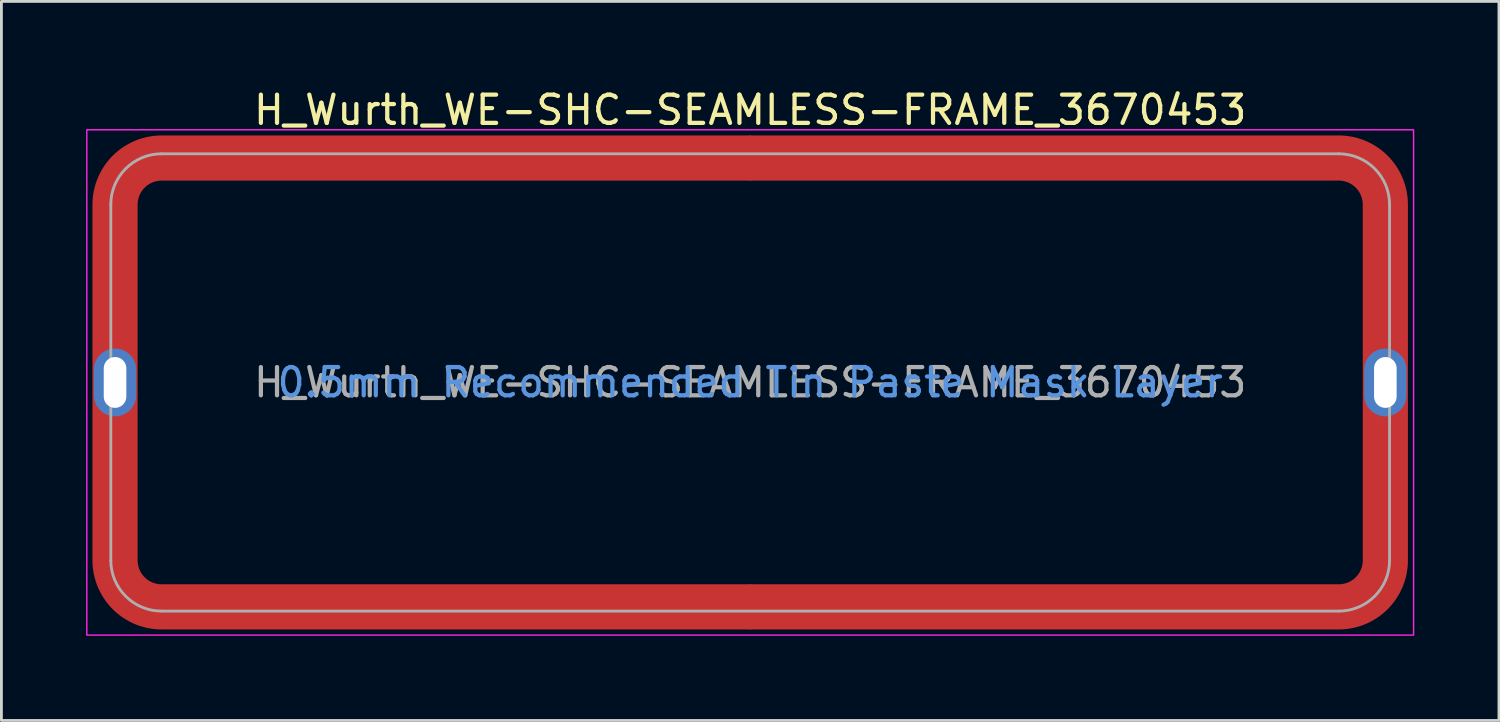
<source format=kicad_pcb>
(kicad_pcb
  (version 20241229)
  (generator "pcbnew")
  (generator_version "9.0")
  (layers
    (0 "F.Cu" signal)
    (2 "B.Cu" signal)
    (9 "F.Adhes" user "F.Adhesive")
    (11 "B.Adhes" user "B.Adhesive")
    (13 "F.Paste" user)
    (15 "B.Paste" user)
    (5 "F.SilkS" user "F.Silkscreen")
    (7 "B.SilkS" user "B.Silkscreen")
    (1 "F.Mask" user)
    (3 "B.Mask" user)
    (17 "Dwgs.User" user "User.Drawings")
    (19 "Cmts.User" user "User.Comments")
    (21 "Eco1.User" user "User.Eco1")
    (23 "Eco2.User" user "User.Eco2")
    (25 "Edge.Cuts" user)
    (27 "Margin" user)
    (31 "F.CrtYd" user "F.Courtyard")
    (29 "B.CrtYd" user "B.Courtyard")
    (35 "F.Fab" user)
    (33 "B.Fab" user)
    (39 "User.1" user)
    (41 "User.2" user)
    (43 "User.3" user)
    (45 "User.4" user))
  (footprint "H_Wurth_WE-SHC-SEAMLESS-FRAME_3670453"
    (layer "F.Cu")
    (at 23.525 10.498)
    (property "Reference" "H_Wurth_WE-SHC-SEAMLESS-FRAME_3670453" (at 0 -9.65 0) (unlocked yes) (layer "F.SilkS") (effects (font (size 1 1) (thickness 0.15))))
    (attr smd)
    (fp_poly (pts (xy -0.004 -7.2) (xy -0.004 -8.7) (xy 20.85 -8.7) (xy 20.976 -8.697) (xy 21.101 -8.687) (xy 21.225 -8.67) (xy 21.349 -8.648) (xy 21.471 -8.618) (xy 21.592 -8.583) (xy 21.71 -8.541) (xy 21.826 -8.493) (xy 21.94 -8.438) (xy 22.05 -8.378) (xy 22.157 -8.313) (xy 22.261 -8.242) (xy 22.36 -8.165) (xy 22.456 -8.084) (xy 22.547 -7.997) (xy 22.634 -7.906) (xy 22.715 -7.81) (xy 22.792 -7.711) (xy 22.863 -7.607) (xy 22.928 -7.5) (xy 22.988 -7.39) (xy 23.043 -7.276) (xy 23.091 -7.16) (xy 23.133 -7.042) (xy 23.168 -6.921) (xy 23.198 -6.799) (xy 23.22 -6.675) (xy 23.237 -6.551) (xy 23.247 -6.426) (xy 23.25 -6.3) (xy 23.25 6.3) (xy 23.247 6.426) (xy 23.237 6.551) (xy 23.22 6.675) (xy 23.198 6.799) (xy 23.168 6.921) (xy 23.133 7.042) (xy 23.091 7.16) (xy 23.043 7.276) (xy 22.988 7.39) (xy 22.928 7.5) (xy 22.863 7.607) (xy 22.792 7.711) (xy 22.715 7.81) (xy 22.634 7.906) (xy 22.547 7.997) (xy 22.456 8.084) (xy 22.36 8.165) (xy 22.261 8.242) (xy 22.157 8.313) (xy 22.05 8.378) (xy 21.94 8.438) (xy 21.826 8.493) (xy 21.71 8.541) (xy 21.592 8.583) (xy 21.471 8.618) (xy 21.349 8.648) (xy 21.225 8.67) (xy 21.101 8.687) (xy 20.976 8.697) (xy 20.85 8.7) (xy -0.004 8.7) (xy -0.004 7.2) (xy 20.85 7.2) (xy 20.897 7.199) (xy 20.944 7.195) (xy 20.991 7.189) (xy 21.037 7.18) (xy 21.083 7.169) (xy 21.128 7.156) (xy 21.173 7.14) (xy 21.216 7.122) (xy 21.259 7.102) (xy 21.3 7.079) (xy 21.34 7.055) (xy 21.379 7.028) (xy 21.416 6.999) (xy 21.452 6.969) (xy 21.486 6.936) (xy 21.519 6.902) (xy 21.549 6.866) (xy 21.578 6.829) (xy 21.605 6.79) (xy 21.629 6.75) (xy 21.652 6.709) (xy 21.672 6.666) (xy 21.69 6.623) (xy 21.706 6.578) (xy 21.719 6.533) (xy 21.73 6.487) (xy 21.739 6.441) (xy 21.745 6.394) (xy 21.749 6.347) (xy 21.75 6.3) (xy 21.75 -6.3) (xy 21.749 -6.347) (xy 21.745 -6.394) (xy 21.739 -6.441) (xy 21.73 -6.487) (xy 21.719 -6.533) (xy 21.706 -6.578) (xy 21.69 -6.623) (xy 21.672 -6.666) (xy 21.652 -6.709) (xy 21.629 -6.75) (xy 21.605 -6.79) (xy 21.578 -6.829) (xy 21.549 -6.866) (xy 21.519 -6.902) (xy 21.486 -6.936) (xy 21.452 -6.969) (xy 21.416 -6.999) (xy 21.379 -7.028) (xy 21.34 -7.055) (xy 21.3 -7.079) (xy 21.259 -7.102) (xy 21.216 -7.122) (xy 21.173 -7.14) (xy 21.128 -7.156) (xy 21.083 -7.169) (xy 21.037 -7.18) (xy 20.991 -7.189) (xy 20.944 -7.195) (xy 20.897 -7.199) (xy 20.85 -7.2) (xy 0.25 -7.2)) (stroke (width 0.1) (type solid)) (fill yes) (layer "F.Cu"))
    (fp_poly (pts (xy 0.004 7.2) (xy 0.004 8.7) (xy -20.85 8.7) (xy -20.976 8.697) (xy -21.101 8.687) (xy -21.225 8.67) (xy -21.349 8.648) (xy -21.471 8.618) (xy -21.592 8.583) (xy -21.71 8.541) (xy -21.826 8.493) (xy -21.94 8.438) (xy -22.05 8.378) (xy -22.157 8.313) (xy -22.261 8.242) (xy -22.36 8.165) (xy -22.456 8.084) (xy -22.547 7.997) (xy -22.634 7.906) (xy -22.715 7.81) (xy -22.792 7.711) (xy -22.863 7.607) (xy -22.928 7.5) (xy -22.988 7.39) (xy -23.043 7.276) (xy -23.091 7.16) (xy -23.133 7.042) (xy -23.168 6.921) (xy -23.198 6.799) (xy -23.22 6.675) (xy -23.237 6.551) (xy -23.247 6.426) (xy -23.25 6.3) (xy -23.25 -6.3) (xy -23.247 -6.426) (xy -23.237 -6.551) (xy -23.22 -6.675) (xy -23.198 -6.799) (xy -23.168 -6.921) (xy -23.133 -7.042) (xy -23.091 -7.16) (xy -23.043 -7.276) (xy -22.988 -7.39) (xy -22.928 -7.5) (xy -22.863 -7.607) (xy -22.792 -7.711) (xy -22.715 -7.81) (xy -22.634 -7.906) (xy -22.547 -7.997) (xy -22.456 -8.084) (xy -22.36 -8.165) (xy -22.261 -8.242) (xy -22.157 -8.313) (xy -22.05 -8.378) (xy -21.94 -8.438) (xy -21.826 -8.493) (xy -21.71 -8.541) (xy -21.592 -8.583) (xy -21.471 -8.618) (xy -21.349 -8.648) (xy -21.225 -8.67) (xy -21.101 -8.687) (xy -20.976 -8.697) (xy -20.85 -8.7) (xy 0.004 -8.7) (xy 0.004 -7.2) (xy -20.85 -7.2) (xy -20.897 -7.199) (xy -20.944 -7.195) (xy -20.991 -7.189) (xy -21.037 -7.18) (xy -21.083 -7.169) (xy -21.128 -7.156) (xy -21.173 -7.14) (xy -21.216 -7.122) (xy -21.259 -7.102) (xy -21.3 -7.079) (xy -21.34 -7.055) (xy -21.379 -7.028) (xy -21.416 -6.999) (xy -21.452 -6.969) (xy -21.486 -6.936) (xy -21.519 -6.902) (xy -21.549 -6.866) (xy -21.578 -6.829) (xy -21.605 -6.79) (xy -21.629 -6.75) (xy -21.652 -6.709) (xy -21.672 -6.666) (xy -21.69 -6.623) (xy -21.706 -6.578) (xy -21.719 -6.533) (xy -21.73 -6.487) (xy -21.739 -6.441) (xy -21.745 -6.394) (xy -21.749 -6.347) (xy -21.75 -6.3) (xy -21.75 6.3) (xy -21.749 6.347) (xy -21.745 6.394) (xy -21.739 6.441) (xy -21.73 6.487) (xy -21.719 6.533) (xy -21.706 6.578) (xy -21.69 6.623) (xy -21.672 6.666) (xy -21.652 6.709) (xy -21.629 6.75) (xy -21.605 6.79) (xy -21.578 6.829) (xy -21.549 6.866) (xy -21.519 6.902) (xy -21.486 6.936) (xy -21.452 6.969) (xy -21.416 6.999) (xy -21.379 7.028) (xy -21.34 7.055) (xy -21.3 7.079) (xy -21.259 7.102) (xy -21.216 7.122) (xy -21.173 7.14) (xy -21.128 7.156) (xy -21.083 7.169) (xy -21.037 7.18) (xy -20.991 7.189) (xy -20.944 7.195) (xy -20.897 7.199) (xy -20.85 7.2) (xy -0.25 7.2)) (stroke (width 0.1) (type solid)) (fill yes) (layer "F.Cu"))
    (fp_poly (pts (xy -0.004 -7.2) (xy -0.004 -8.7) (xy 20.85 -8.7) (xy 20.976 -8.697) (xy 21.101 -8.687) (xy 21.225 -8.67) (xy 21.349 -8.648) (xy 21.471 -8.618) (xy 21.592 -8.583) (xy 21.71 -8.541) (xy 21.826 -8.493) (xy 21.94 -8.438) (xy 22.05 -8.378) (xy 22.157 -8.313) (xy 22.261 -8.242) (xy 22.36 -8.165) (xy 22.456 -8.084) (xy 22.547 -7.997) (xy 22.634 -7.906) (xy 22.715 -7.81) (xy 22.792 -7.711) (xy 22.863 -7.607) (xy 22.928 -7.5) (xy 22.988 -7.39) (xy 23.043 -7.276) (xy 23.091 -7.16) (xy 23.133 -7.042) (xy 23.168 -6.921) (xy 23.198 -6.799) (xy 23.22 -6.675) (xy 23.237 -6.551) (xy 23.247 -6.426) (xy 23.25 -6.3) (xy 23.25 6.3) (xy 23.247 6.426) (xy 23.237 6.551) (xy 23.22 6.675) (xy 23.198 6.799) (xy 23.168 6.921) (xy 23.133 7.042) (xy 23.091 7.16) (xy 23.043 7.276) (xy 22.988 7.39) (xy 22.928 7.5) (xy 22.863 7.607) (xy 22.792 7.711) (xy 22.715 7.81) (xy 22.634 7.906) (xy 22.547 7.997) (xy 22.456 8.084) (xy 22.36 8.165) (xy 22.261 8.242) (xy 22.157 8.313) (xy 22.05 8.378) (xy 21.94 8.438) (xy 21.826 8.493) (xy 21.71 8.541) (xy 21.592 8.583) (xy 21.471 8.618) (xy 21.349 8.648) (xy 21.225 8.67) (xy 21.101 8.687) (xy 20.976 8.697) (xy 20.85 8.7) (xy -0.004 8.7) (xy -0.004 7.2) (xy 20.85 7.2) (xy 20.897 7.199) (xy 20.944 7.195) (xy 20.991 7.189) (xy 21.037 7.18) (xy 21.083 7.169) (xy 21.128 7.156) (xy 21.173 7.14) (xy 21.216 7.122) (xy 21.259 7.102) (xy 21.3 7.079) (xy 21.34 7.055) (xy 21.379 7.028) (xy 21.416 6.999) (xy 21.452 6.969) (xy 21.486 6.936) (xy 21.519 6.902) (xy 21.549 6.866) (xy 21.578 6.829) (xy 21.605 6.79) (xy 21.629 6.75) (xy 21.652 6.709) (xy 21.672 6.666) (xy 21.69 6.623) (xy 21.706 6.578) (xy 21.719 6.533) (xy 21.73 6.487) (xy 21.739 6.441) (xy 21.745 6.394) (xy 21.749 6.347) (xy 21.75 6.3) (xy 21.75 -6.3) (xy 21.749 -6.347) (xy 21.745 -6.394) (xy 21.739 -6.441) (xy 21.73 -6.487) (xy 21.719 -6.533) (xy 21.706 -6.578) (xy 21.69 -6.623) (xy 21.672 -6.666) (xy 21.652 -6.709) (xy 21.629 -6.75) (xy 21.605 -6.79) (xy 21.578 -6.829) (xy 21.549 -6.866) (xy 21.519 -6.902) (xy 21.486 -6.936) (xy 21.452 -6.969) (xy 21.416 -6.999) (xy 21.379 -7.028) (xy 21.34 -7.055) (xy 21.3 -7.079) (xy 21.259 -7.102) (xy 21.216 -7.122) (xy 21.173 -7.14) (xy 21.128 -7.156) (xy 21.083 -7.169) (xy 21.037 -7.18) (xy 20.991 -7.189) (xy 20.944 -7.195) (xy 20.897 -7.199) (xy 20.85 -7.2) (xy 0.25 -7.2)) (stroke (width 0.1) (type solid)) (fill yes) (layer "F.Mask"))
    (fp_poly (pts (xy 0.004 7.2) (xy 0.004 8.7) (xy -20.85 8.7) (xy -20.976 8.697) (xy -21.101 8.687) (xy -21.225 8.67) (xy -21.349 8.648) (xy -21.471 8.618) (xy -21.592 8.583) (xy -21.71 8.541) (xy -21.826 8.493) (xy -21.94 8.438) (xy -22.05 8.378) (xy -22.157 8.313) (xy -22.261 8.242) (xy -22.36 8.165) (xy -22.456 8.084) (xy -22.547 7.997) (xy -22.634 7.906) (xy -22.715 7.81) (xy -22.792 7.711) (xy -22.863 7.607) (xy -22.928 7.5) (xy -22.988 7.39) (xy -23.043 7.276) (xy -23.091 7.16) (xy -23.133 7.042) (xy -23.168 6.921) (xy -23.198 6.799) (xy -23.22 6.675) (xy -23.237 6.551) (xy -23.247 6.426) (xy -23.25 6.3) (xy -23.25 -6.3) (xy -23.247 -6.426) (xy -23.237 -6.551) (xy -23.22 -6.675) (xy -23.198 -6.799) (xy -23.168 -6.921) (xy -23.133 -7.042) (xy -23.091 -7.16) (xy -23.043 -7.276) (xy -22.988 -7.39) (xy -22.928 -7.5) (xy -22.863 -7.607) (xy -22.792 -7.711) (xy -22.715 -7.81) (xy -22.634 -7.906) (xy -22.547 -7.997) (xy -22.456 -8.084) (xy -22.36 -8.165) (xy -22.261 -8.242) (xy -22.157 -8.313) (xy -22.05 -8.378) (xy -21.94 -8.438) (xy -21.826 -8.493) (xy -21.71 -8.541) (xy -21.592 -8.583) (xy -21.471 -8.618) (xy -21.349 -8.648) (xy -21.225 -8.67) (xy -21.101 -8.687) (xy -20.976 -8.697) (xy -20.85 -8.7) (xy 0.004 -8.7) (xy 0.004 -7.2) (xy -20.85 -7.2) (xy -20.897 -7.199) (xy -20.944 -7.195) (xy -20.991 -7.189) (xy -21.037 -7.18) (xy -21.083 -7.169) (xy -21.128 -7.156) (xy -21.173 -7.14) (xy -21.216 -7.122) (xy -21.259 -7.102) (xy -21.3 -7.079) (xy -21.34 -7.055) (xy -21.379 -7.028) (xy -21.416 -6.999) (xy -21.452 -6.969) (xy -21.486 -6.936) (xy -21.519 -6.902) (xy -21.549 -6.866) (xy -21.578 -6.829) (xy -21.605 -6.79) (xy -21.629 -6.75) (xy -21.652 -6.709) (xy -21.672 -6.666) (xy -21.69 -6.623) (xy -21.706 -6.578) (xy -21.719 -6.533) (xy -21.73 -6.487) (xy -21.739 -6.441) (xy -21.745 -6.394) (xy -21.749 -6.347) (xy -21.75 -6.3) (xy -21.75 6.3) (xy -21.749 6.347) (xy -21.745 6.394) (xy -21.739 6.441) (xy -21.73 6.487) (xy -21.719 6.533) (xy -21.706 6.578) (xy -21.69 6.623) (xy -21.672 6.666) (xy -21.652 6.709) (xy -21.629 6.75) (xy -21.605 6.79) (xy -21.578 6.829) (xy -21.549 6.866) (xy -21.519 6.902) (xy -21.486 6.936) (xy -21.452 6.969) (xy -21.416 6.999) (xy -21.379 7.028) (xy -21.34 7.055) (xy -21.3 7.079) (xy -21.259 7.102) (xy -21.216 7.122) (xy -21.173 7.14) (xy -21.128 7.156) (xy -21.083 7.169) (xy -21.037 7.18) (xy -20.991 7.189) (xy -20.944 7.195) (xy -20.897 7.199) (xy -20.85 7.2) (xy -0.25 7.2)) (stroke (width 0.1) (type solid)) (fill yes) (layer "F.Mask"))
    (fp_poly (pts (xy -0.004 -7.2) (xy -0.004 -8.7) (xy 20.85 -8.7) (xy 20.976 -8.697) (xy 21.101 -8.687) (xy 21.225 -8.67) (xy 21.349 -8.648) (xy 21.471 -8.618) (xy 21.592 -8.583) (xy 21.71 -8.541) (xy 21.826 -8.493) (xy 21.94 -8.438) (xy 22.05 -8.378) (xy 22.157 -8.313) (xy 22.261 -8.242) (xy 22.36 -8.165) (xy 22.456 -8.084) (xy 22.547 -7.997) (xy 22.634 -7.906) (xy 22.715 -7.81) (xy 22.792 -7.711) (xy 22.863 -7.607) (xy 22.928 -7.5) (xy 22.988 -7.39) (xy 23.043 -7.276) (xy 23.091 -7.16) (xy 23.133 -7.042) (xy 23.168 -6.921) (xy 23.198 -6.799) (xy 23.22 -6.675) (xy 23.237 -6.551) (xy 23.247 -6.426) (xy 23.25 -6.3) (xy 23.25 6.3) (xy 23.247 6.426) (xy 23.237 6.551) (xy 23.22 6.675) (xy 23.198 6.799) (xy 23.168 6.921) (xy 23.133 7.042) (xy 23.091 7.16) (xy 23.043 7.276) (xy 22.988 7.39) (xy 22.928 7.5) (xy 22.863 7.607) (xy 22.792 7.711) (xy 22.715 7.81) (xy 22.634 7.906) (xy 22.547 7.997) (xy 22.456 8.084) (xy 22.36 8.165) (xy 22.261 8.242) (xy 22.157 8.313) (xy 22.05 8.378) (xy 21.94 8.438) (xy 21.826 8.493) (xy 21.71 8.541) (xy 21.592 8.583) (xy 21.471 8.618) (xy 21.349 8.648) (xy 21.225 8.67) (xy 21.101 8.687) (xy 20.976 8.697) (xy 20.85 8.7) (xy -0.004 8.7) (xy -0.004 7.2) (xy 20.85 7.2) (xy 20.897 7.199) (xy 20.944 7.195) (xy 20.991 7.189) (xy 21.037 7.18) (xy 21.083 7.169) (xy 21.128 7.156) (xy 21.173 7.14) (xy 21.216 7.122) (xy 21.259 7.102) (xy 21.3 7.079) (xy 21.34 7.055) (xy 21.379 7.028) (xy 21.416 6.999) (xy 21.452 6.969) (xy 21.486 6.936) (xy 21.519 6.902) (xy 21.549 6.866) (xy 21.578 6.829) (xy 21.605 6.79) (xy 21.629 6.75) (xy 21.652 6.709) (xy 21.672 6.666) (xy 21.69 6.623) (xy 21.706 6.578) (xy 21.719 6.533) (xy 21.73 6.487) (xy 21.739 6.441) (xy 21.745 6.394) (xy 21.749 6.347) (xy 21.75 6.3) (xy 21.75 -6.3) (xy 21.749 -6.347) (xy 21.745 -6.394) (xy 21.739 -6.441) (xy 21.73 -6.487) (xy 21.719 -6.533) (xy 21.706 -6.578) (xy 21.69 -6.623) (xy 21.672 -6.666) (xy 21.652 -6.709) (xy 21.629 -6.75) (xy 21.605 -6.79) (xy 21.578 -6.829) (xy 21.549 -6.866) (xy 21.519 -6.902) (xy 21.486 -6.936) (xy 21.452 -6.969) (xy 21.416 -6.999) (xy 21.379 -7.028) (xy 21.34 -7.055) (xy 21.3 -7.079) (xy 21.259 -7.102) (xy 21.216 -7.122) (xy 21.173 -7.14) (xy 21.128 -7.156) (xy 21.083 -7.169) (xy 21.037 -7.18) (xy 20.991 -7.189) (xy 20.944 -7.195) (xy 20.897 -7.199) (xy 20.85 -7.2) (xy 0.25 -7.2)) (stroke (width 0.1) (type solid)) (fill yes) (layer "F.Paste"))
    (fp_poly (pts (xy 0.004 7.2) (xy 0.004 8.7) (xy -20.85 8.7) (xy -20.976 8.697) (xy -21.101 8.687) (xy -21.225 8.67) (xy -21.349 8.648) (xy -21.471 8.618) (xy -21.592 8.583) (xy -21.71 8.541) (xy -21.826 8.493) (xy -21.94 8.438) (xy -22.05 8.378) (xy -22.157 8.313) (xy -22.261 8.242) (xy -22.36 8.165) (xy -22.456 8.084) (xy -22.547 7.997) (xy -22.634 7.906) (xy -22.715 7.81) (xy -22.792 7.711) (xy -22.863 7.607) (xy -22.928 7.5) (xy -22.988 7.39) (xy -23.043 7.276) (xy -23.091 7.16) (xy -23.133 7.042) (xy -23.168 6.921) (xy -23.198 6.799) (xy -23.22 6.675) (xy -23.237 6.551) (xy -23.247 6.426) (xy -23.25 6.3) (xy -23.25 -6.3) (xy -23.247 -6.426) (xy -23.237 -6.551) (xy -23.22 -6.675) (xy -23.198 -6.799) (xy -23.168 -6.921) (xy -23.133 -7.042) (xy -23.091 -7.16) (xy -23.043 -7.276) (xy -22.988 -7.39) (xy -22.928 -7.5) (xy -22.863 -7.607) (xy -22.792 -7.711) (xy -22.715 -7.81) (xy -22.634 -7.906) (xy -22.547 -7.997) (xy -22.456 -8.084) (xy -22.36 -8.165) (xy -22.261 -8.242) (xy -22.157 -8.313) (xy -22.05 -8.378) (xy -21.94 -8.438) (xy -21.826 -8.493) (xy -21.71 -8.541) (xy -21.592 -8.583) (xy -21.471 -8.618) (xy -21.349 -8.648) (xy -21.225 -8.67) (xy -21.101 -8.687) (xy -20.976 -8.697) (xy -20.85 -8.7) (xy 0.004 -8.7) (xy 0.004 -7.2) (xy -20.85 -7.2) (xy -20.897 -7.199) (xy -20.944 -7.195) (xy -20.991 -7.189) (xy -21.037 -7.18) (xy -21.083 -7.169) (xy -21.128 -7.156) (xy -21.173 -7.14) (xy -21.216 -7.122) (xy -21.259 -7.102) (xy -21.3 -7.079) (xy -21.34 -7.055) (xy -21.379 -7.028) (xy -21.416 -6.999) (xy -21.452 -6.969) (xy -21.486 -6.936) (xy -21.519 -6.902) (xy -21.549 -6.866) (xy -21.578 -6.829) (xy -21.605 -6.79) (xy -21.629 -6.75) (xy -21.652 -6.709) (xy -21.672 -6.666) (xy -21.69 -6.623) (xy -21.706 -6.578) (xy -21.719 -6.533) (xy -21.73 -6.487) (xy -21.739 -6.441) (xy -21.745 -6.394) (xy -21.749 -6.347) (xy -21.75 -6.3) (xy -21.75 6.3) (xy -21.749 6.347) (xy -21.745 6.394) (xy -21.739 6.441) (xy -21.73 6.487) (xy -21.719 6.533) (xy -21.706 6.578) (xy -21.69 6.623) (xy -21.672 6.666) (xy -21.652 6.709) (xy -21.629 6.75) (xy -21.605 6.79) (xy -21.578 6.829) (xy -21.549 6.866) (xy -21.519 6.902) (xy -21.486 6.936) (xy -21.452 6.969) (xy -21.416 6.999) (xy -21.379 7.028) (xy -21.34 7.055) (xy -21.3 7.079) (xy -21.259 7.102) (xy -21.216 7.122) (xy -21.173 7.14) (xy -21.128 7.156) (xy -21.083 7.169) (xy -21.037 7.18) (xy -20.991 7.189) (xy -20.944 7.195) (xy -20.897 7.199) (xy -20.85 7.2) (xy -0.25 7.2)) (stroke (width 0.1) (type solid)) (fill yes) (layer "F.Paste"))
    (fp_rect (start -23.5 -8.95) (end 23.5 8.95) (stroke (width 0.05) (type solid)) (fill no) (layer "F.CrtYd"))
    (fp_line (start -22.65 6.3) (end -22.65 -6.3) (stroke (width 0.1) (type solid)) (layer "F.Fab"))
    (fp_line (start 20.85 -8.1) (end -20.85 -8.1) (stroke (width 0.1) (type solid)) (layer "F.Fab"))
    (fp_line (start 20.85 8.1) (end -20.85 8.1) (stroke (width 0.1) (type solid)) (layer "F.Fab"))
    (fp_line (start 22.65 6.3) (end 22.65 -6.3) (stroke (width 0.1) (type solid)) (layer "F.Fab"))
    (fp_arc (start -22.65 -6.3) (mid -22.122792 -7.572792) (end -20.85 -8.1) (stroke (width 0.1) (type default)) (layer "F.Fab"))
    (fp_arc (start -20.85 8.1) (mid -22.122792 7.572792) (end -22.65 6.3) (stroke (width 0.1) (type default)) (layer "F.Fab"))
    (fp_arc (start 20.85 -8.1) (mid 22.122792 -7.572792) (end 22.65 -6.3) (stroke (width 0.1) (type default)) (layer "F.Fab"))
    (fp_arc (start 22.65 6.3) (mid 22.122792 7.572792) (end 20.85 8.1) (stroke (width 0.1) (type default)) (layer "F.Fab"))
    (fp_text user "0.5mm Recommended Tin Paste Mask Layer" (at 0 0 0) (unlocked yes) (layer "Cmts.User") (effects (font (size 1 1) (thickness 0.15))))
    (fp_text user "${REFERENCE}" (at 0 0 0) (unlocked yes) (layer "F.Fab") (effects (font (size 1 1) (thickness 0.15))))
    (pad "1" thru_hole oval (at -22.5 0) (size 1.5 2.4) (drill oval 0.8 1.8) (layers "*.Cu" "*.Mask"))
    (pad "1" thru_hole oval (at 22.5 0) (size 1.5 2.4) (drill oval 0.8 1.8) (layers "*.Cu" "*.Mask")))
  (gr_rect
    (start -3 -3)
    (end 50.05 22.473)
    (stroke (width 0.1) (type default))
    (fill no)
    (layer "Edge.Cuts")))
</source>
